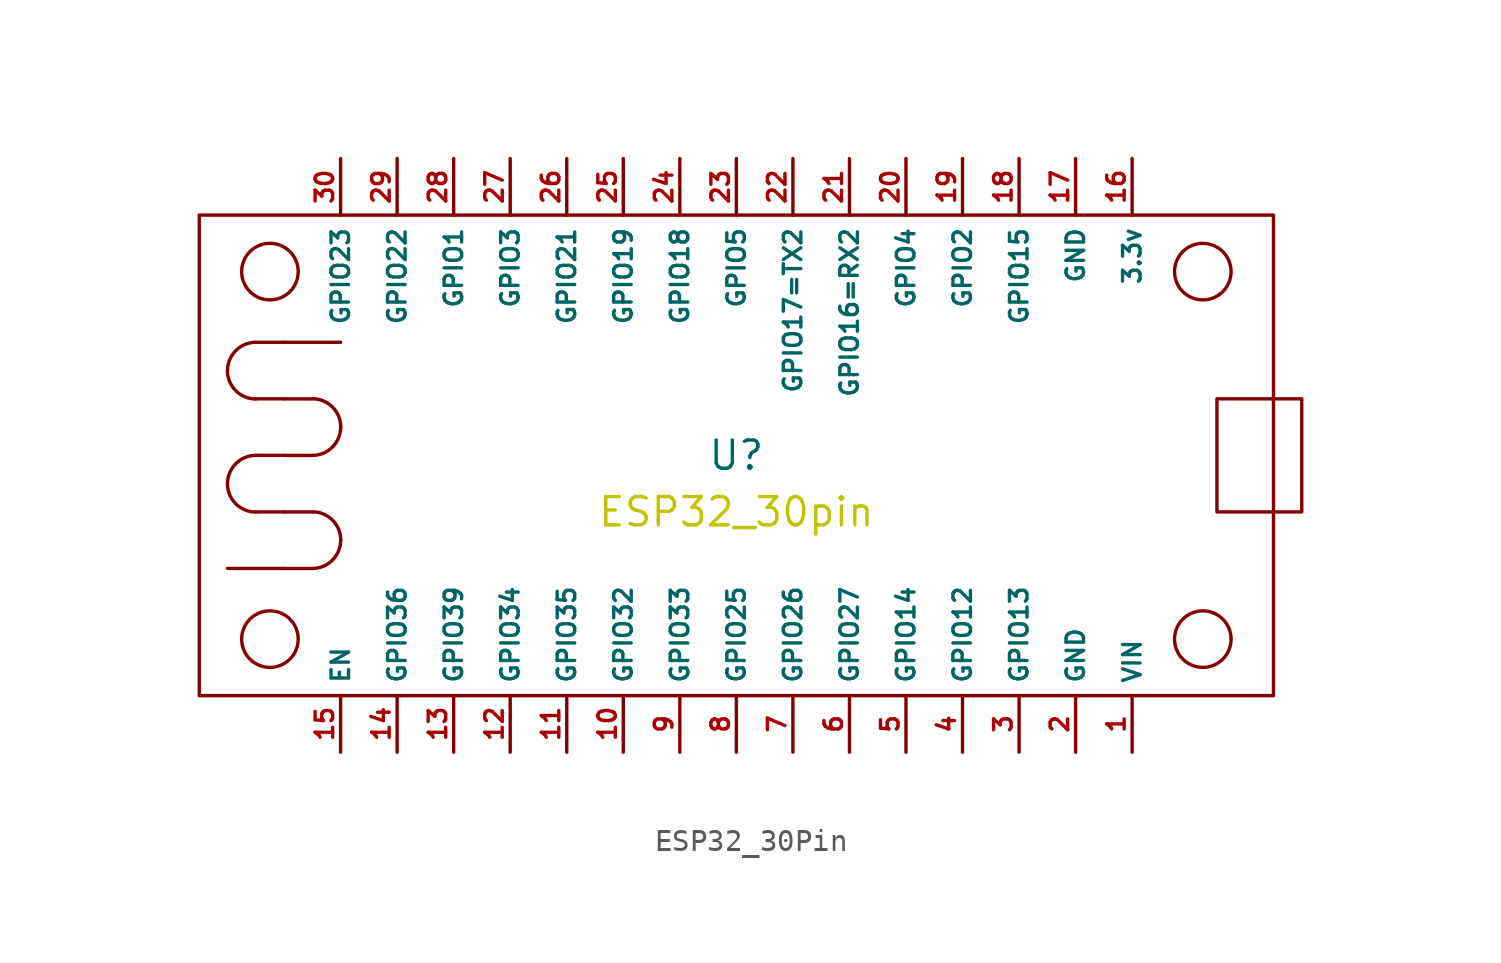
<source format=kicad_sym>
(kicad_symbol_lib
  (version 20231120)
  (generator "kicad_symbol_editor")
  (generator_version "8.0")
  (symbol "ESP32_30Pin"
    (property "Reference" "U"
      (at 0 0 0)
      (effects (font (size 1.27 1.27))))
    (property "Value" ""
      (at 0 0 0)
      (effects (font (size 1.27 1.27))))
    (property "Footprint" "ESP32_30pin"
      (at 0 -2.54 0)
      (effects (font (size 1.27 1.27) (color 194 194 0 1))))
    (symbol "ESP32_30Pin_0_1"
      (rectangle (start -24.13 10.795) (end 24.13 -10.795) (stroke (width 0) (type default)) (fill (type none)))
      (arc (start -22.8675 -1.2775) (mid -22.4933 -2.1733) (end -21.5975 -2.5475) (stroke (width 0) (type default)) (fill (type none)))
      (arc (start -22.8675 3.8025) (mid -22.4933 2.9067) (end -21.5975 2.5325) (stroke (width 0) (type default)) (fill (type none)))
      (arc (start -21.59 0) (mid -22.4873 -0.3727) (end -22.86 -1.27) (stroke (width 0) (type default)) (fill (type none)))
      (arc (start -21.59 5.08) (mid -22.4873 4.7073) (end -22.86 3.81) (stroke (width 0) (type default)) (fill (type none)))
      (circle (center -20.955 -8.255) (radius 1.27) (stroke (width 0) (type default)) (fill (type none)))
      (circle (center -20.955 8.255) (radius 1.27) (stroke (width 0) (type default)) (fill (type none)))
      (arc (start -19.0475 -5.0825) (mid -18.1502 -4.7098) (end -17.7775 -3.8125) (stroke (width 0) (type default)) (fill (type none)))
      (arc (start -19.0475 -0.0025) (mid -18.1502 0.3702) (end -17.7775 1.2675) (stroke (width 0) (type default)) (fill (type none)))
      (arc (start -17.77 -3.805) (mid -18.1442 -2.9092) (end -19.04 -2.535) (stroke (width 0) (type default)) (fill (type none)))
      (arc (start -17.77 1.275) (mid -18.1442 2.1708) (end -19.04 2.545) (stroke (width 0) (type default)) (fill (type none)))
      (polyline (pts (xy -21.59 -2.54) (xy -20.32 -2.54)) (stroke (width 0) (type default)) (fill (type none)))
      (polyline (pts (xy -21.59 0) (xy -20.32 0)) (stroke (width 0) (type default)) (fill (type none)))
      (polyline (pts (xy -21.59 2.54) (xy -20.32 2.54)) (stroke (width 0) (type default)) (fill (type none)))
      (polyline (pts (xy -21.59 5.08) (xy -20.32 5.08)) (stroke (width 0) (type default)) (fill (type none)))
      (polyline (pts (xy -20.32 -5.08) (xy -22.86 -5.08)) (stroke (width 0) (type default)) (fill (type none)))
      (polyline (pts (xy -20.32 5.08) (xy -17.78 5.08)) (stroke (width 0) (type default)) (fill (type none)))
      (polyline (pts (xy -19.047 -5.082) (xy -20.317 -5.082)) (stroke (width 0) (type default)) (fill (type none)))
      (polyline (pts (xy -19.047 -2.542) (xy -20.317 -2.542)) (stroke (width 0) (type default)) (fill (type none)))
      (polyline (pts (xy -19.047 -0.003) (xy -20.317 -0.003)) (stroke (width 0) (type default)) (fill (type none)))
      (polyline (pts (xy -19.047 2.538) (xy -20.317 2.538)) (stroke (width 0) (type default)) (fill (type none)))
      (circle (center 20.955 -8.255) (radius 1.27) (stroke (width 0) (type default)) (fill (type none)))
      (circle (center 20.955 8.255) (radius 1.27) (stroke (width 0) (type default)) (fill (type none)))
      (rectangle (start 21.59 2.54) (end 25.4 -2.54) (stroke (width 0) (type default)) (fill (type none))))
    (symbol "ESP32_30Pin_1_1"
      (pin power_out line (at 17.78 -13.335 90) (length 2.54) (name "VIN" (effects (font (size 0.787 0.787)))) (number "1" (effects (font (size 0.787 0.787)))))
      (pin bidirectional line (at -5.08 -13.335 90) (length 2.54) (name "GPIO32" (effects (font (size 0.787 0.787)))) (number "10" (effects (font (size 0.787 0.787)))))
      (pin bidirectional line (at -7.62 -13.335 90) (length 2.54) (name "GPIO35" (effects (font (size 0.787 0.787)))) (number "11" (effects (font (size 0.787 0.787)))))
      (pin bidirectional line (at -10.16 -13.335 90) (length 2.54) (name "GPIO34" (effects (font (size 0.787 0.787)))) (number "12" (effects (font (size 0.787 0.787)))))
      (pin bidirectional line (at -12.7 -13.335 90) (length 2.54) (name "GPIO39" (effects (font (size 0.787 0.787)))) (number "13" (effects (font (size 0.787 0.787)))))
      (pin bidirectional line (at -15.24 -13.335 90) (length 2.54) (name "GPIO36" (effects (font (size 0.787 0.787)))) (number "14" (effects (font (size 0.787 0.787)))))
      (pin bidirectional line (at -17.78 -13.335 90) (length 2.54) (name "EN" (effects (font (size 0.787 0.787)))) (number "15" (effects (font (size 0.787 0.787)))))
      (pin output line (at 17.78 13.335 270) (length 2.54) (name "3.3v" (effects (font (size 0.787 0.787)))) (number "16" (effects (font (size 0.787 0.787)))))
      (pin power_in line (at 15.24 13.335 270) (length 2.54) (name "GND" (effects (font (size 0.787 0.787)))) (number "17" (effects (font (size 0.787 0.787)))))
      (pin bidirectional line (at 12.7 13.335 270) (length 2.54) (name "GPIO15" (effects (font (size 0.787 0.787)))) (number "18" (effects (font (size 0.787 0.787)))))
      (pin bidirectional line (at 10.16 13.335 270) (length 2.54) (name "GPIO2" (effects (font (size 0.787 0.787)))) (number "19" (effects (font (size 0.787 0.787)))))
      (pin bidirectional line (at 15.24 -13.335 90) (length 2.54) (name "GND" (effects (font (size 0.787 0.787)))) (number "2" (effects (font (size 0.787 0.787)))))
      (pin bidirectional line (at 7.62 13.335 270) (length 2.54) (name "GPIO4" (effects (font (size 0.787 0.787)))) (number "20" (effects (font (size 0.787 0.787)))))
      (pin bidirectional line (at 5.08 13.335 270) (length 2.54) (name "GPIO16=RX2" (effects (font (size 0.787 0.787)))) (number "21" (effects (font (size 0.787 0.787)))))
      (pin bidirectional line (at 2.54 13.335 270) (length 2.54) (name "GPIO17=TX2" (effects (font (size 0.787 0.787)))) (number "22" (effects (font (size 0.787 0.787)))))
      (pin bidirectional line (at 0 13.335 270) (length 2.54) (name "GPIO5" (effects (font (size 0.787 0.787)))) (number "23" (effects (font (size 0.787 0.787)))))
      (pin bidirectional line (at -2.54 13.335 270) (length 2.54) (name "GPIO18" (effects (font (size 0.787 0.787)))) (number "24" (effects (font (size 0.787 0.787)))))
      (pin bidirectional line (at -5.08 13.335 270) (length 2.54) (name "GPIO19" (effects (font (size 0.787 0.787)))) (number "25" (effects (font (size 0.787 0.787)))))
      (pin bidirectional line (at -7.62 13.335 270) (length 2.54) (name "GPIO21" (effects (font (size 0.787 0.787)))) (number "26" (effects (font (size 0.787 0.787)))))
      (pin bidirectional line (at -10.16 13.335 270) (length 2.54) (name "GPIO3" (effects (font (size 0.787 0.787)))) (number "27" (effects (font (size 0.787 0.787)))))
      (pin bidirectional line (at -12.7 13.335 270) (length 2.54) (name "GPIO1" (effects (font (size 0.787 0.787)))) (number "28" (effects (font (size 0.787 0.787)))))
      (pin bidirectional line (at -15.24 13.335 270) (length 2.54) (name "GPIO22" (effects (font (size 0.787 0.787)))) (number "29" (effects (font (size 0.787 0.787)))))
      (pin bidirectional line (at 12.7 -13.335 90) (length 2.54) (name "GPIO13" (effects (font (size 0.787 0.787)))) (number "3" (effects (font (size 0.787 0.787)))))
      (pin bidirectional line (at -17.78 13.335 270) (length 2.54) (name "GPIO23" (effects (font (size 0.787 0.787)))) (number "30" (effects (font (size 0.787 0.787)))))
      (pin bidirectional line (at 10.16 -13.335 90) (length 2.54) (name "GPIO12" (effects (font (size 0.787 0.787)))) (number "4" (effects (font (size 0.787 0.787)))))
      (pin bidirectional line (at 7.62 -13.335 90) (length 2.54) (name "GPIO14" (effects (font (size 0.787 0.787)))) (number "5" (effects (font (size 0.787 0.787)))))
      (pin bidirectional line (at 5.08 -13.335 90) (length 2.54) (name "GPIO27" (effects (font (size 0.787 0.787)))) (number "6" (effects (font (size 0.787 0.787)))))
      (pin bidirectional line (at 2.54 -13.335 90) (length 2.54) (name "GPIO26" (effects (font (size 0.787 0.787)))) (number "7" (effects (font (size 0.787 0.787)))))
      (pin bidirectional line (at 0 -13.335 90) (length 2.54) (name "GPIO25" (effects (font (size 0.787 0.787)))) (number "8" (effects (font (size 0.787 0.787)))))
      (pin bidirectional line (at -2.54 -13.335 90) (length 2.54) (name "GPIO33" (effects (font (size 0.787 0.787)))) (number "9" (effects (font (size 0.787 0.787))))))))
</source>
